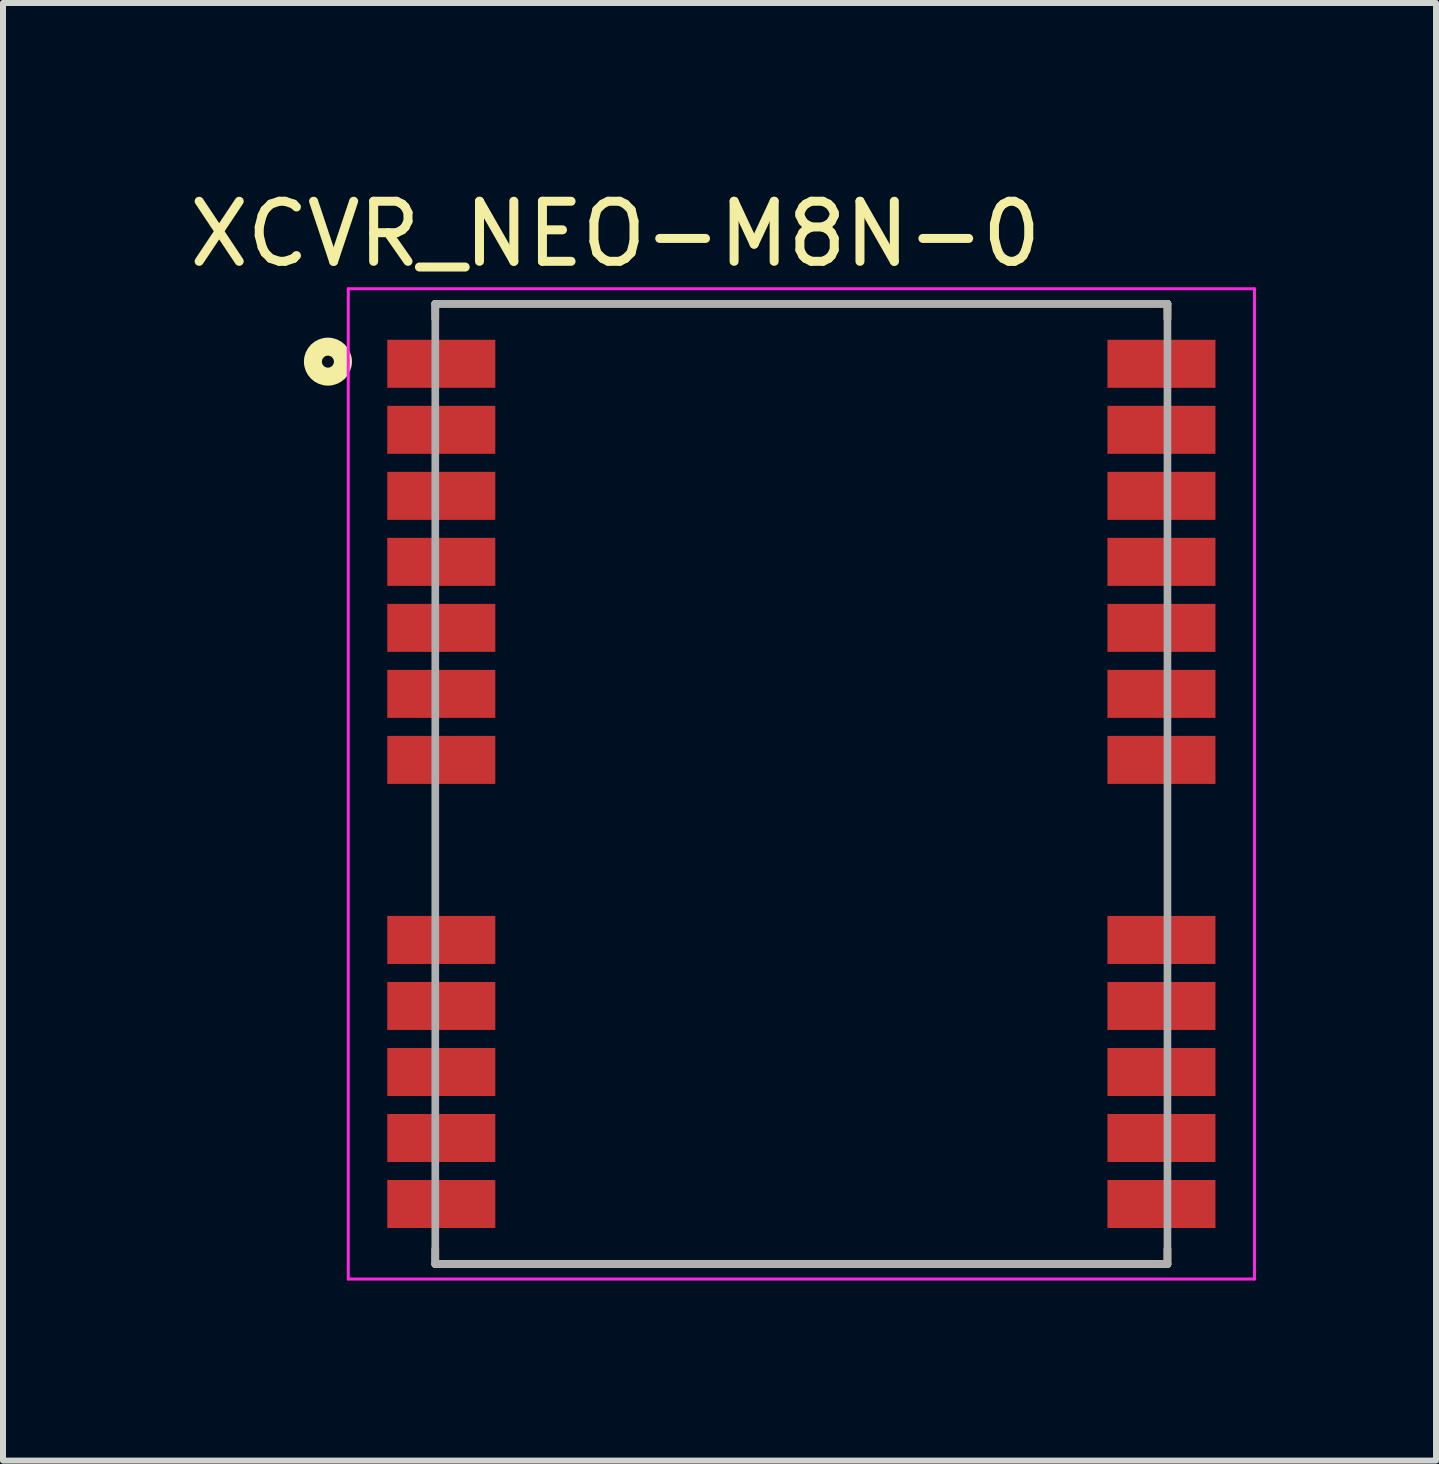
<source format=kicad_pcb>
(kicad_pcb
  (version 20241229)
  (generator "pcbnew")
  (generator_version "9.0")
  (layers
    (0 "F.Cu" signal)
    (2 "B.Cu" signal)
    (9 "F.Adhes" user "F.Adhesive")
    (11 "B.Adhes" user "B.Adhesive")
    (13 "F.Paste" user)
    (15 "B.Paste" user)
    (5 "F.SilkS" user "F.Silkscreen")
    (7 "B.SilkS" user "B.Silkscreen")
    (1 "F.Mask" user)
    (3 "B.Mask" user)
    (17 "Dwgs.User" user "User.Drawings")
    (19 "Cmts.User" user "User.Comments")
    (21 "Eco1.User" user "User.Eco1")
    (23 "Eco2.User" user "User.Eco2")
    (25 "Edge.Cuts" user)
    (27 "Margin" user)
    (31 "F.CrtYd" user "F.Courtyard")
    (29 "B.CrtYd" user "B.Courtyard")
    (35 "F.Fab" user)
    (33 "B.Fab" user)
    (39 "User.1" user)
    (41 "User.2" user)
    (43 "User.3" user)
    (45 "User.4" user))
  (footprint "XCVR_NEO-M8N-0"
    (layer "F.Cu")
    (at 10.303 10.012)
    (property "Reference" "XCVR_NEO-M8N-0" (at -3.099 -9.163 0) (layer "F.SilkS") (effects (font (size 1.001 1.001) (thickness 0.15))))
    (attr smd)
    (fp_line (start -6.1 -8) (end 6.1 -8) (stroke (width 0.127) (type solid)) (layer "F.SilkS"))
    (fp_line (start -6.1 -7.75) (end -6.1 -8) (stroke (width 0.127) (type solid)) (layer "F.SilkS"))
    (fp_line (start -6.1 7.75) (end -6.1 8) (stroke (width 0.127) (type solid)) (layer "F.SilkS"))
    (fp_line (start -6.1 8) (end 6.1 8) (stroke (width 0.127) (type solid)) (layer "F.SilkS"))
    (fp_line (start 6.1 -8) (end 6.1 -7.75) (stroke (width 0.127) (type solid)) (layer "F.SilkS"))
    (fp_line (start 6.1 8) (end 6.1 7.75) (stroke (width 0.127) (type solid)) (layer "F.SilkS"))
    (fp_circle (center -7.889 -7.036) (end -7.789 -7.036) (stroke (width 0.3) (type solid)) (fill no) (layer "F.SilkS"))
    (fp_poly (pts (xy -7.3 -7.4) (xy -6.1 -7.4) (xy -6.1 -6.6) (xy -7.3 -6.6)) (stroke (width 0.0001) (type solid)) (fill yes) (layer "F.Paste"))
    (fp_poly (pts (xy -7.3 -6.3) (xy -6.1 -6.3) (xy -6.1 -5.5) (xy -7.3 -5.5)) (stroke (width 0.0001) (type solid)) (fill yes) (layer "F.Paste"))
    (fp_poly (pts (xy -7.3 -5.2) (xy -6.1 -5.2) (xy -6.1 -4.4) (xy -7.3 -4.4)) (stroke (width 0.0001) (type solid)) (fill yes) (layer "F.Paste"))
    (fp_poly (pts (xy -7.3 -4.1) (xy -6.1 -4.1) (xy -6.1 -3.3) (xy -7.3 -3.3)) (stroke (width 0.0001) (type solid)) (fill yes) (layer "F.Paste"))
    (fp_poly (pts (xy -7.3 -3) (xy -6.1 -3) (xy -6.1 -2.2) (xy -7.3 -2.2)) (stroke (width 0.0001) (type solid)) (fill yes) (layer "F.Paste"))
    (fp_poly (pts (xy -7.3 -1.9) (xy -6.1 -1.9) (xy -6.1 -1.1) (xy -7.3 -1.1)) (stroke (width 0.0001) (type solid)) (fill yes) (layer "F.Paste"))
    (fp_poly (pts (xy -7.3 -0.8) (xy -6.1 -0.8) (xy -6.1 0) (xy -7.3 0)) (stroke (width 0.0001) (type solid)) (fill yes) (layer "F.Paste"))
    (fp_poly (pts (xy -7.3 2.2) (xy -6.1 2.2) (xy -6.1 3) (xy -7.3 3)) (stroke (width 0.0001) (type solid)) (fill yes) (layer "F.Paste"))
    (fp_poly (pts (xy -7.3 3.3) (xy -6.1 3.3) (xy -6.1 4.1) (xy -7.3 4.1)) (stroke (width 0.0001) (type solid)) (fill yes) (layer "F.Paste"))
    (fp_poly (pts (xy -7.3 4.4) (xy -6.1 4.4) (xy -6.1 5.2) (xy -7.3 5.2)) (stroke (width 0.0001) (type solid)) (fill yes) (layer "F.Paste"))
    (fp_poly (pts (xy -7.3 5.5) (xy -6.1 5.5) (xy -6.1 6.3) (xy -7.3 6.3)) (stroke (width 0.0001) (type solid)) (fill yes) (layer "F.Paste"))
    (fp_poly (pts (xy -7.3 6.6) (xy -6.1 6.6) (xy -6.1 7.4) (xy -7.3 7.4)) (stroke (width 0.0001) (type solid)) (fill yes) (layer "F.Paste"))
    (fp_poly (pts (xy -6.1 -7.3) (xy -5.2 -7.3) (xy -5.2 -6.7) (xy -6.1 -6.7)) (stroke (width 0.0001) (type solid)) (fill yes) (layer "F.Paste"))
    (fp_poly (pts (xy -6.1 -6.2) (xy -5.2 -6.2) (xy -5.2 -5.6) (xy -6.1 -5.6)) (stroke (width 0.0001) (type solid)) (fill yes) (layer "F.Paste"))
    (fp_poly (pts (xy -6.1 -5.1) (xy -5.2 -5.1) (xy -5.2 -4.5) (xy -6.1 -4.5)) (stroke (width 0.0001) (type solid)) (fill yes) (layer "F.Paste"))
    (fp_poly (pts (xy -6.1 -4) (xy -5.2 -4) (xy -5.2 -3.4) (xy -6.1 -3.4)) (stroke (width 0.0001) (type solid)) (fill yes) (layer "F.Paste"))
    (fp_poly (pts (xy -6.1 -2.9) (xy -5.2 -2.9) (xy -5.2 -2.3) (xy -6.1 -2.3)) (stroke (width 0.0001) (type solid)) (fill yes) (layer "F.Paste"))
    (fp_poly (pts (xy -6.1 -1.8) (xy -5.2 -1.8) (xy -5.2 -1.2) (xy -6.1 -1.2)) (stroke (width 0.0001) (type solid)) (fill yes) (layer "F.Paste"))
    (fp_poly (pts (xy -6.1 -0.7) (xy -5.2 -0.7) (xy -5.2 -0.1) (xy -6.1 -0.1)) (stroke (width 0.0001) (type solid)) (fill yes) (layer "F.Paste"))
    (fp_poly (pts (xy -6.1 2.3) (xy -5.2 2.3) (xy -5.2 2.9) (xy -6.1 2.9)) (stroke (width 0.0001) (type solid)) (fill yes) (layer "F.Paste"))
    (fp_poly (pts (xy -6.1 3.4) (xy -5.2 3.4) (xy -5.2 4) (xy -6.1 4)) (stroke (width 0.0001) (type solid)) (fill yes) (layer "F.Paste"))
    (fp_poly (pts (xy -6.1 4.5) (xy -5.2 4.5) (xy -5.2 5.1) (xy -6.1 5.1)) (stroke (width 0.0001) (type solid)) (fill yes) (layer "F.Paste"))
    (fp_poly (pts (xy -6.1 5.6) (xy -5.2 5.6) (xy -5.2 6.2) (xy -6.1 6.2)) (stroke (width 0.0001) (type solid)) (fill yes) (layer "F.Paste"))
    (fp_poly (pts (xy -6.1 6.7) (xy -5.2 6.7) (xy -5.2 7.3) (xy -6.1 7.3)) (stroke (width 0.0001) (type solid)) (fill yes) (layer "F.Paste"))
    (fp_poly (pts (xy 6.1 -7.3) (xy 5.2 -7.3) (xy 5.2 -6.7) (xy 6.1 -6.7)) (stroke (width 0.0001) (type solid)) (fill yes) (layer "F.Paste"))
    (fp_poly (pts (xy 6.1 -6.2) (xy 5.2 -6.2) (xy 5.2 -5.6) (xy 6.1 -5.6)) (stroke (width 0.0001) (type solid)) (fill yes) (layer "F.Paste"))
    (fp_poly (pts (xy 6.1 -5.1) (xy 5.2 -5.1) (xy 5.2 -4.5) (xy 6.1 -4.5)) (stroke (width 0.0001) (type solid)) (fill yes) (layer "F.Paste"))
    (fp_poly (pts (xy 6.1 -4) (xy 5.2 -4) (xy 5.2 -3.4) (xy 6.1 -3.4)) (stroke (width 0.0001) (type solid)) (fill yes) (layer "F.Paste"))
    (fp_poly (pts (xy 6.1 -2.9) (xy 5.2 -2.9) (xy 5.2 -2.3) (xy 6.1 -2.3)) (stroke (width 0.0001) (type solid)) (fill yes) (layer "F.Paste"))
    (fp_poly (pts (xy 6.1 -1.8) (xy 5.2 -1.8) (xy 5.2 -1.2) (xy 6.1 -1.2)) (stroke (width 0.0001) (type solid)) (fill yes) (layer "F.Paste"))
    (fp_poly (pts (xy 6.1 -0.7) (xy 5.2 -0.7) (xy 5.2 -0.1) (xy 6.1 -0.1)) (stroke (width 0.0001) (type solid)) (fill yes) (layer "F.Paste"))
    (fp_poly (pts (xy 6.1 2.3) (xy 5.2 2.3) (xy 5.2 2.9) (xy 6.1 2.9)) (stroke (width 0.0001) (type solid)) (fill yes) (layer "F.Paste"))
    (fp_poly (pts (xy 6.1 3.4) (xy 5.2 3.4) (xy 5.2 4) (xy 6.1 4)) (stroke (width 0.0001) (type solid)) (fill yes) (layer "F.Paste"))
    (fp_poly (pts (xy 6.1 4.5) (xy 5.2 4.5) (xy 5.2 5.1) (xy 6.1 5.1)) (stroke (width 0.0001) (type solid)) (fill yes) (layer "F.Paste"))
    (fp_poly (pts (xy 6.1 5.6) (xy 5.2 5.6) (xy 5.2 6.2) (xy 6.1 6.2)) (stroke (width 0.0001) (type solid)) (fill yes) (layer "F.Paste"))
    (fp_poly (pts (xy 6.1 6.7) (xy 5.2 6.7) (xy 5.2 7.3) (xy 6.1 7.3)) (stroke (width 0.0001) (type solid)) (fill yes) (layer "F.Paste"))
    (fp_poly (pts (xy 7.3 -7.4) (xy 6.1 -7.4) (xy 6.1 -6.6) (xy 7.3 -6.6)) (stroke (width 0.0001) (type solid)) (fill yes) (layer "F.Paste"))
    (fp_poly (pts (xy 7.3 -6.3) (xy 6.1 -6.3) (xy 6.1 -5.5) (xy 7.3 -5.5)) (stroke (width 0.0001) (type solid)) (fill yes) (layer "F.Paste"))
    (fp_poly (pts (xy 7.3 -5.2) (xy 6.1 -5.2) (xy 6.1 -4.4) (xy 7.3 -4.4)) (stroke (width 0.0001) (type solid)) (fill yes) (layer "F.Paste"))
    (fp_poly (pts (xy 7.3 -4.1) (xy 6.1 -4.1) (xy 6.1 -3.3) (xy 7.3 -3.3)) (stroke (width 0.0001) (type solid)) (fill yes) (layer "F.Paste"))
    (fp_poly (pts (xy 7.3 -3) (xy 6.1 -3) (xy 6.1 -2.2) (xy 7.3 -2.2)) (stroke (width 0.0001) (type solid)) (fill yes) (layer "F.Paste"))
    (fp_poly (pts (xy 7.3 -1.9) (xy 6.1 -1.9) (xy 6.1 -1.1) (xy 7.3 -1.1)) (stroke (width 0.0001) (type solid)) (fill yes) (layer "F.Paste"))
    (fp_poly (pts (xy 7.3 -0.8) (xy 6.1 -0.8) (xy 6.1 0) (xy 7.3 0)) (stroke (width 0.0001) (type solid)) (fill yes) (layer "F.Paste"))
    (fp_poly (pts (xy 7.3 2.2) (xy 6.1 2.2) (xy 6.1 3) (xy 7.3 3)) (stroke (width 0.0001) (type solid)) (fill yes) (layer "F.Paste"))
    (fp_poly (pts (xy 7.3 3.3) (xy 6.1 3.3) (xy 6.1 4.1) (xy 7.3 4.1)) (stroke (width 0.0001) (type solid)) (fill yes) (layer "F.Paste"))
    (fp_poly (pts (xy 7.3 4.4) (xy 6.1 4.4) (xy 6.1 5.2) (xy 7.3 5.2)) (stroke (width 0.0001) (type solid)) (fill yes) (layer "F.Paste"))
    (fp_poly (pts (xy 7.3 5.5) (xy 6.1 5.5) (xy 6.1 6.3) (xy 7.3 6.3)) (stroke (width 0.0001) (type solid)) (fill yes) (layer "F.Paste"))
    (fp_poly (pts (xy 7.3 6.6) (xy 6.1 6.6) (xy 6.1 7.4) (xy 7.3 7.4)) (stroke (width 0.0001) (type solid)) (fill yes) (layer "F.Paste"))
    (fp_line (start -7.55 -8.25) (end 7.55 -8.25) (stroke (width 0.05) (type solid)) (layer "F.CrtYd"))
    (fp_line (start -7.55 8.25) (end -7.55 -8.25) (stroke (width 0.05) (type solid)) (layer "F.CrtYd"))
    (fp_line (start 7.55 -8.25) (end 7.55 8.25) (stroke (width 0.05) (type solid)) (layer "F.CrtYd"))
    (fp_line (start 7.55 8.25) (end -7.55 8.25) (stroke (width 0.05) (type solid)) (layer "F.CrtYd"))
    (fp_line (start -6.1 -8) (end 6.1 -8) (stroke (width 0.127) (type solid)) (layer "F.Fab"))
    (fp_line (start -6.1 8) (end -6.1 -8) (stroke (width 0.127) (type solid)) (layer "F.Fab"))
    (fp_line (start 6.1 -8) (end 6.1 8) (stroke (width 0.127) (type solid)) (layer "F.Fab"))
    (fp_line (start 6.1 8) (end -6.1 8) (stroke (width 0.127) (type solid)) (layer "F.Fab"))
    (pad "1" smd rect (at -6 -7) (size 1.8 0.8) (layers "F.Cu" "F.Mask"))
    (pad "2" smd rect (at -6 -5.9) (size 1.8 0.8) (layers "F.Cu" "F.Mask"))
    (pad "3" smd rect (at -6 -4.8) (size 1.8 0.8) (layers "F.Cu" "F.Mask"))
    (pad "4" smd rect (at -6 -3.7) (size 1.8 0.8) (layers "F.Cu" "F.Mask"))
    (pad "5" smd rect (at -6 -2.6) (size 1.8 0.8) (layers "F.Cu" "F.Mask"))
    (pad "6" smd rect (at -6 -1.5) (size 1.8 0.8) (layers "F.Cu" "F.Mask"))
    (pad "7" smd rect (at -6 -0.4) (size 1.8 0.8) (layers "F.Cu" "F.Mask"))
    (pad "8" smd rect (at -6 2.6) (size 1.8 0.8) (layers "F.Cu" "F.Mask"))
    (pad "9" smd rect (at -6 3.7) (size 1.8 0.8) (layers "F.Cu" "F.Mask"))
    (pad "10" smd rect (at -6 4.8) (size 1.8 0.8) (layers "F.Cu" "F.Mask"))
    (pad "11" smd rect (at -6 5.9) (size 1.8 0.8) (layers "F.Cu" "F.Mask"))
    (pad "12" smd rect (at -6 7) (size 1.8 0.8) (layers "F.Cu" "F.Mask"))
    (pad "13" smd rect (at 6 7) (size 1.8 0.8) (layers "F.Cu" "F.Mask"))
    (pad "14" smd rect (at 6 5.9) (size 1.8 0.8) (layers "F.Cu" "F.Mask"))
    (pad "15" smd rect (at 6 4.8) (size 1.8 0.8) (layers "F.Cu" "F.Mask"))
    (pad "16" smd rect (at 6 3.7) (size 1.8 0.8) (layers "F.Cu" "F.Mask"))
    (pad "17" smd rect (at 6 2.6) (size 1.8 0.8) (layers "F.Cu" "F.Mask"))
    (pad "18" smd rect (at 6 -0.4) (size 1.8 0.8) (layers "F.Cu" "F.Mask"))
    (pad "19" smd rect (at 6 -1.5) (size 1.8 0.8) (layers "F.Cu" "F.Mask"))
    (pad "20" smd rect (at 6 -2.6) (size 1.8 0.8) (layers "F.Cu" "F.Mask"))
    (pad "21" smd rect (at 6 -3.7) (size 1.8 0.8) (layers "F.Cu" "F.Mask"))
    (pad "22" smd rect (at 6 -4.8) (size 1.8 0.8) (layers "F.Cu" "F.Mask"))
    (pad "23" smd rect (at 6 -5.9) (size 1.8 0.8) (layers "F.Cu" "F.Mask"))
    (pad "24" smd rect (at 6 -7) (size 1.8 0.8) (layers "F.Cu" "F.Mask")))
  (gr_rect
    (start -3 -3)
    (end 20.878 21.287)
    (stroke (width 0.1) (type default))
    (fill no)
    (layer "Edge.Cuts")))
</source>
